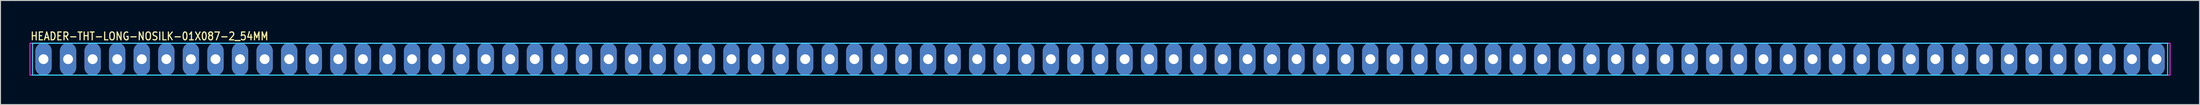
<source format=kicad_pcb>
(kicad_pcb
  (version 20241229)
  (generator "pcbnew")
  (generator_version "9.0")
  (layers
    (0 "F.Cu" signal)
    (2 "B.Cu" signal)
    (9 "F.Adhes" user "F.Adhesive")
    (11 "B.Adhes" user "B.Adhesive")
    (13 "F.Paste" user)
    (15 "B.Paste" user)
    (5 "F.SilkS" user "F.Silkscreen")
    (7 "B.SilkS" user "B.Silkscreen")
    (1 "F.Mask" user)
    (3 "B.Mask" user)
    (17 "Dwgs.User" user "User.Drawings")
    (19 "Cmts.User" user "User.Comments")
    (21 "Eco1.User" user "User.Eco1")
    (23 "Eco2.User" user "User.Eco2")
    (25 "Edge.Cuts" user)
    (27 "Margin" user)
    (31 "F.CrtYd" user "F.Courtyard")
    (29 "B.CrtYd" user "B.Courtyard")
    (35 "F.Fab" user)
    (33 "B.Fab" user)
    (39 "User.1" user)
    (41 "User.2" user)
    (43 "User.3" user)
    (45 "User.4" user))
  (footprint "HEADER-THT-LONG-NOSILK-01X087-2_54MM"
    (layer "F.Cu")
    (at 1.447 3.079)
    (property "Reference" "HEADER-THT-LONG-NOSILK-01X087-2_54MM" (at -1.4 -1.9 0) (unlocked yes) (layer "F.SilkS") (effects (font (size 0.813 0.695) (thickness 0.122)) (justify left bottom)))
    (fp_poly (pts (xy -1.143 -1.651) (xy 219.583 -1.651) (xy 219.583 1.651) (xy -1.143 1.651)) (stroke (width 0.1) (type solid)) (fill no) (layer "B.CrtYd"))
    (fp_poly (pts (xy -1.397 -1.651) (xy 219.837 -1.651) (xy 219.837 1.651) (xy -1.397 1.651)) (stroke (width 0.1) (type solid)) (fill no) (layer "F.CrtYd"))
    (pad "P$1" thru_hole oval (at 0 0 90) (size 3.387 1.693) (drill 1.016) (layers "*.Cu" "*.Mask"))
    (pad "P$2" thru_hole oval (at 2.54 0 90) (size 3.387 1.693) (drill 1.016) (layers "*.Cu" "*.Mask"))
    (pad "P$3" thru_hole oval (at 5.08 0 90) (size 3.387 1.693) (drill 1.016) (layers "*.Cu" "*.Mask"))
    (pad "P$4" thru_hole oval (at 7.62 0 90) (size 3.387 1.693) (drill 1.016) (layers "*.Cu" "*.Mask"))
    (pad "P$5" thru_hole oval (at 10.16 0 90) (size 3.387 1.693) (drill 1.016) (layers "*.Cu" "*.Mask"))
    (pad "P$6" thru_hole oval (at 12.7 0 90) (size 3.387 1.693) (drill 1.016) (layers "*.Cu" "*.Mask"))
    (pad "P$7" thru_hole oval (at 15.24 0 90) (size 3.387 1.693) (drill 1.016) (layers "*.Cu" "*.Mask"))
    (pad "P$8" thru_hole oval (at 17.78 0 90) (size 3.387 1.693) (drill 1.016) (layers "*.Cu" "*.Mask"))
    (pad "P$9" thru_hole oval (at 20.32 0 90) (size 3.387 1.693) (drill 1.016) (layers "*.Cu" "*.Mask"))
    (pad "P$10" thru_hole oval (at 22.86 0 90) (size 3.387 1.693) (drill 1.016) (layers "*.Cu" "*.Mask"))
    (pad "P$11" thru_hole oval (at 25.4 0 90) (size 3.387 1.693) (drill 1.016) (layers "*.Cu" "*.Mask"))
    (pad "P$12" thru_hole oval (at 27.94 0 90) (size 3.387 1.693) (drill 1.016) (layers "*.Cu" "*.Mask"))
    (pad "P$13" thru_hole oval (at 30.48 0 90) (size 3.387 1.693) (drill 1.016) (layers "*.Cu" "*.Mask"))
    (pad "P$14" thru_hole oval (at 33.02 0 90) (size 3.387 1.693) (drill 1.016) (layers "*.Cu" "*.Mask"))
    (pad "P$15" thru_hole oval (at 35.56 0 90) (size 3.387 1.693) (drill 1.016) (layers "*.Cu" "*.Mask"))
    (pad "P$16" thru_hole oval (at 38.1 0 90) (size 3.387 1.693) (drill 1.016) (layers "*.Cu" "*.Mask"))
    (pad "P$17" thru_hole oval (at 40.64 0 90) (size 3.387 1.693) (drill 1.016) (layers "*.Cu" "*.Mask"))
    (pad "P$18" thru_hole oval (at 43.18 0 90) (size 3.387 1.693) (drill 1.016) (layers "*.Cu" "*.Mask"))
    (pad "P$19" thru_hole oval (at 45.72 0 90) (size 3.387 1.693) (drill 1.016) (layers "*.Cu" "*.Mask"))
    (pad "P$20" thru_hole oval (at 48.26 0 90) (size 3.387 1.693) (drill 1.016) (layers "*.Cu" "*.Mask"))
    (pad "P$21" thru_hole oval (at 50.8 0 90) (size 3.387 1.693) (drill 1.016) (layers "*.Cu" "*.Mask"))
    (pad "P$22" thru_hole oval (at 53.34 0 90) (size 3.387 1.693) (drill 1.016) (layers "*.Cu" "*.Mask"))
    (pad "P$23" thru_hole oval (at 55.88 0 90) (size 3.387 1.693) (drill 1.016) (layers "*.Cu" "*.Mask"))
    (pad "P$24" thru_hole oval (at 58.42 0 90) (size 3.387 1.693) (drill 1.016) (layers "*.Cu" "*.Mask"))
    (pad "P$25" thru_hole oval (at 60.96 0 90) (size 3.387 1.693) (drill 1.016) (layers "*.Cu" "*.Mask"))
    (pad "P$26" thru_hole oval (at 63.5 0 90) (size 3.387 1.693) (drill 1.016) (layers "*.Cu" "*.Mask"))
    (pad "P$27" thru_hole oval (at 66.04 0 90) (size 3.387 1.693) (drill 1.016) (layers "*.Cu" "*.Mask"))
    (pad "P$28" thru_hole oval (at 68.58 0 90) (size 3.387 1.693) (drill 1.016) (layers "*.Cu" "*.Mask"))
    (pad "P$29" thru_hole oval (at 71.12 0 90) (size 3.387 1.693) (drill 1.016) (layers "*.Cu" "*.Mask"))
    (pad "P$30" thru_hole oval (at 73.66 0 90) (size 3.387 1.693) (drill 1.016) (layers "*.Cu" "*.Mask"))
    (pad "P$31" thru_hole oval (at 76.2 0 90) (size 3.387 1.693) (drill 1.016) (layers "*.Cu" "*.Mask"))
    (pad "P$32" thru_hole oval (at 78.74 0 90) (size 3.387 1.693) (drill 1.016) (layers "*.Cu" "*.Mask"))
    (pad "P$33" thru_hole oval (at 81.28 0 90) (size 3.387 1.693) (drill 1.016) (layers "*.Cu" "*.Mask"))
    (pad "P$34" thru_hole oval (at 83.82 0 90) (size 3.387 1.693) (drill 1.016) (layers "*.Cu" "*.Mask"))
    (pad "P$35" thru_hole oval (at 86.36 0 90) (size 3.387 1.693) (drill 1.016) (layers "*.Cu" "*.Mask"))
    (pad "P$36" thru_hole oval (at 88.9 0 90) (size 3.387 1.693) (drill 1.016) (layers "*.Cu" "*.Mask"))
    (pad "P$37" thru_hole oval (at 91.44 0 90) (size 3.387 1.693) (drill 1.016) (layers "*.Cu" "*.Mask"))
    (pad "P$38" thru_hole oval (at 93.98 0 90) (size 3.387 1.693) (drill 1.016) (layers "*.Cu" "*.Mask"))
    (pad "P$39" thru_hole oval (at 96.52 0 90) (size 3.387 1.693) (drill 1.016) (layers "*.Cu" "*.Mask"))
    (pad "P$40" thru_hole oval (at 99.06 0 90) (size 3.387 1.693) (drill 1.016) (layers "*.Cu" "*.Mask"))
    (pad "P$41" thru_hole oval (at 101.6 0 90) (size 3.387 1.693) (drill 1.016) (layers "*.Cu" "*.Mask"))
    (pad "P$42" thru_hole oval (at 104.14 0 90) (size 3.387 1.693) (drill 1.016) (layers "*.Cu" "*.Mask"))
    (pad "P$43" thru_hole oval (at 106.68 0 90) (size 3.387 1.693) (drill 1.016) (layers "*.Cu" "*.Mask"))
    (pad "P$44" thru_hole oval (at 109.22 0 90) (size 3.387 1.693) (drill 1.016) (layers "*.Cu" "*.Mask"))
    (pad "P$45" thru_hole oval (at 111.76 0 90) (size 3.387 1.693) (drill 1.016) (layers "*.Cu" "*.Mask"))
    (pad "P$46" thru_hole oval (at 114.3 0 90) (size 3.387 1.693) (drill 1.016) (layers "*.Cu" "*.Mask"))
    (pad "P$47" thru_hole oval (at 116.84 0 90) (size 3.387 1.693) (drill 1.016) (layers "*.Cu" "*.Mask"))
    (pad "P$48" thru_hole oval (at 119.38 0 90) (size 3.387 1.693) (drill 1.016) (layers "*.Cu" "*.Mask"))
    (pad "P$49" thru_hole oval (at 121.92 0 90) (size 3.387 1.693) (drill 1.016) (layers "*.Cu" "*.Mask"))
    (pad "P$50" thru_hole oval (at 124.46 0 90) (size 3.387 1.693) (drill 1.016) (layers "*.Cu" "*.Mask"))
    (pad "P$51" thru_hole oval (at 127 0 90) (size 3.387 1.693) (drill 1.016) (layers "*.Cu" "*.Mask"))
    (pad "P$52" thru_hole oval (at 129.54 0 90) (size 3.387 1.693) (drill 1.016) (layers "*.Cu" "*.Mask"))
    (pad "P$53" thru_hole oval (at 132.08 0 90) (size 3.387 1.693) (drill 1.016) (layers "*.Cu" "*.Mask"))
    (pad "P$54" thru_hole oval (at 134.62 0 90) (size 3.387 1.693) (drill 1.016) (layers "*.Cu" "*.Mask"))
    (pad "P$55" thru_hole oval (at 137.16 0 90) (size 3.387 1.693) (drill 1.016) (layers "*.Cu" "*.Mask"))
    (pad "P$56" thru_hole oval (at 139.7 0 90) (size 3.387 1.693) (drill 1.016) (layers "*.Cu" "*.Mask"))
    (pad "P$57" thru_hole oval (at 142.24 0 90) (size 3.387 1.693) (drill 1.016) (layers "*.Cu" "*.Mask"))
    (pad "P$58" thru_hole oval (at 144.78 0 90) (size 3.387 1.693) (drill 1.016) (layers "*.Cu" "*.Mask"))
    (pad "P$59" thru_hole oval (at 147.32 0 90) (size 3.387 1.693) (drill 1.016) (layers "*.Cu" "*.Mask"))
    (pad "P$60" thru_hole oval (at 149.86 0 90) (size 3.387 1.693) (drill 1.016) (layers "*.Cu" "*.Mask"))
    (pad "P$61" thru_hole oval (at 152.4 0 90) (size 3.387 1.693) (drill 1.016) (layers "*.Cu" "*.Mask"))
    (pad "P$62" thru_hole oval (at 154.94 0 90) (size 3.387 1.693) (drill 1.016) (layers "*.Cu" "*.Mask"))
    (pad "P$63" thru_hole oval (at 157.48 0 90) (size 3.387 1.693) (drill 1.016) (layers "*.Cu" "*.Mask"))
    (pad "P$64" thru_hole oval (at 160.02 0 90) (size 3.387 1.693) (drill 1.016) (layers "*.Cu" "*.Mask"))
    (pad "P$65" thru_hole oval (at 162.56 0 90) (size 3.387 1.693) (drill 1.016) (layers "*.Cu" "*.Mask"))
    (pad "P$66" thru_hole oval (at 165.1 0 90) (size 3.387 1.693) (drill 1.016) (layers "*.Cu" "*.Mask"))
    (pad "P$67" thru_hole oval (at 167.64 0 90) (size 3.387 1.693) (drill 1.016) (layers "*.Cu" "*.Mask"))
    (pad "P$68" thru_hole oval (at 170.18 0 90) (size 3.387 1.693) (drill 1.016) (layers "*.Cu" "*.Mask"))
    (pad "P$69" thru_hole oval (at 172.72 0 90) (size 3.387 1.693) (drill 1.016) (layers "*.Cu" "*.Mask"))
    (pad "P$70" thru_hole oval (at 175.26 0 90) (size 3.387 1.693) (drill 1.016) (layers "*.Cu" "*.Mask"))
    (pad "P$71" thru_hole oval (at 177.8 0 90) (size 3.387 1.693) (drill 1.016) (layers "*.Cu" "*.Mask"))
    (pad "P$72" thru_hole oval (at 180.34 0 90) (size 3.387 1.693) (drill 1.016) (layers "*.Cu" "*.Mask"))
    (pad "P$73" thru_hole oval (at 182.88 0 90) (size 3.387 1.693) (drill 1.016) (layers "*.Cu" "*.Mask"))
    (pad "P$74" thru_hole oval (at 185.42 0 90) (size 3.387 1.693) (drill 1.016) (layers "*.Cu" "*.Mask"))
    (pad "P$75" thru_hole oval (at 187.96 0 90) (size 3.387 1.693) (drill 1.016) (layers "*.Cu" "*.Mask"))
    (pad "P$76" thru_hole oval (at 190.5 0 90) (size 3.387 1.693) (drill 1.016) (layers "*.Cu" "*.Mask"))
    (pad "P$77" thru_hole oval (at 193.04 0 90) (size 3.387 1.693) (drill 1.016) (layers "*.Cu" "*.Mask"))
    (pad "P$78" thru_hole oval (at 195.58 0 90) (size 3.387 1.693) (drill 1.016) (layers "*.Cu" "*.Mask"))
    (pad "P$79" thru_hole oval (at 198.12 0 90) (size 3.387 1.693) (drill 1.016) (layers "*.Cu" "*.Mask"))
    (pad "P$80" thru_hole oval (at 200.66 0 90) (size 3.387 1.693) (drill 1.016) (layers "*.Cu" "*.Mask"))
    (pad "P$81" thru_hole oval (at 203.2 0 90) (size 3.387 1.693) (drill 1.016) (layers "*.Cu" "*.Mask"))
    (pad "P$82" thru_hole oval (at 205.74 0 90) (size 3.387 1.693) (drill 1.016) (layers "*.Cu" "*.Mask"))
    (pad "P$83" thru_hole oval (at 208.28 0 90) (size 3.387 1.693) (drill 1.016) (layers "*.Cu" "*.Mask"))
    (pad "P$84" thru_hole oval (at 210.82 0 90) (size 3.387 1.693) (drill 1.016) (layers "*.Cu" "*.Mask"))
    (pad "P$85" thru_hole oval (at 213.36 0 90) (size 3.387 1.693) (drill 1.016) (layers "*.Cu" "*.Mask"))
    (pad "P$86" thru_hole oval (at 215.9 0 90) (size 3.387 1.693) (drill 1.016) (layers "*.Cu" "*.Mask"))
    (pad "P$87" thru_hole oval (at 218.44 0 90) (size 3.387 1.693) (drill 1.016) (layers "*.Cu" "*.Mask")))
  (gr_rect
    (start -3 -3)
    (end 224.334 7.78)
    (stroke (width 0.1) (type default))
    (fill no)
    (layer "Edge.Cuts")))
</source>
